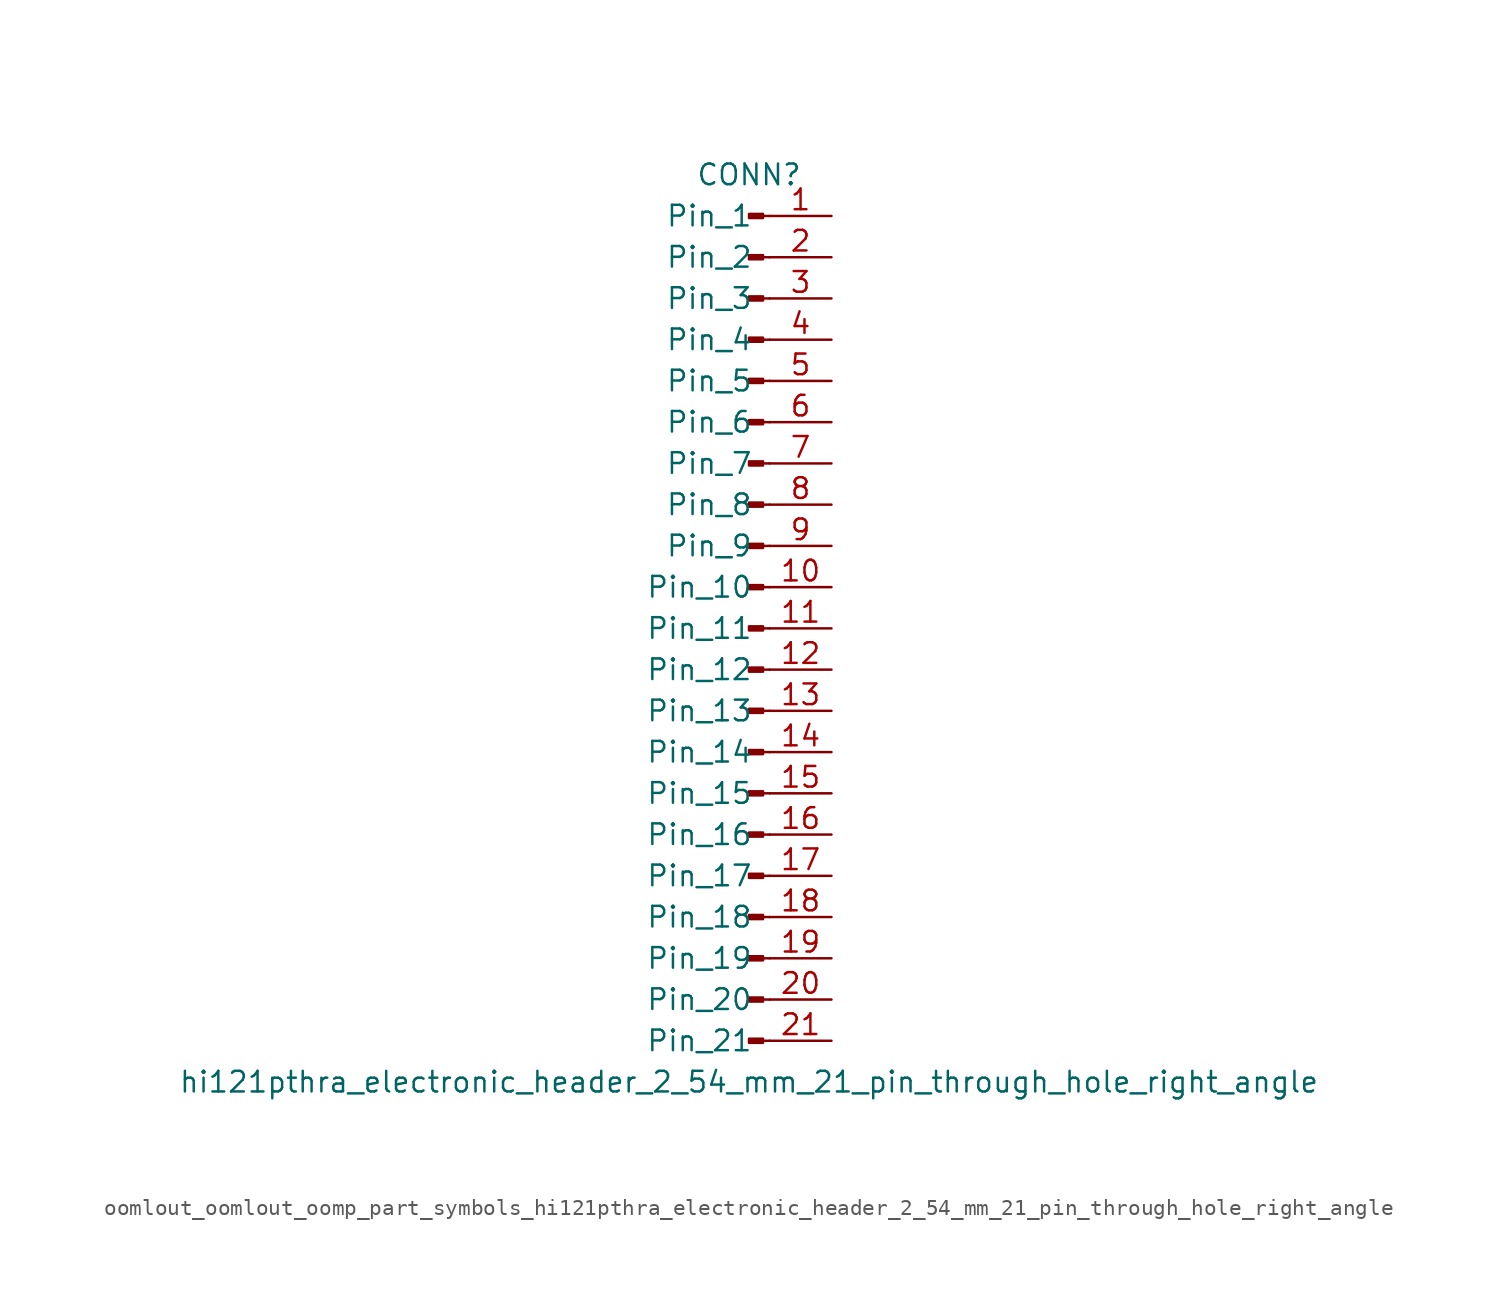
<source format=kicad_sym>
(kicad_symbol_lib
  (version 20220914)
  (generator kicad_symbol_editor)
  (symbol "oomlout_oomlout_oomp_part_symbols_hi121pthra_electronic_header_2_54_mm_21_pin_through_hole_right_angle"
    (pin_names
      (offset 1.016))
    (property "Reference" "CONN"
      (at 0 27.94 0)
      (effects (font (size 1.27 1.27))))
    (property "Value" "hi121pthra_electronic_header_2_54_mm_21_pin_through_hole_right_angle"
      (at 0 -27.94 0)
      (effects (font (size 1.27 1.27))))
    (property "ki_locked" ""
      (at 0 0 0)
      (effects (font (size 1.27 1.27))))
    (symbol "oomlout_oomlout_oomp_part_symbols_hi121pthra_electronic_header_2_54_mm_21_pin_through_hole_right_angle_1_1"
      (polyline (pts (xy 1.27 -25.4) (xy 0.864 -25.4)) (stroke (width 0.152) (type default)) (fill (type none)))
      (polyline (pts (xy 1.27 -22.86) (xy 0.864 -22.86)) (stroke (width 0.152) (type default)) (fill (type none)))
      (polyline (pts (xy 1.27 -20.32) (xy 0.864 -20.32)) (stroke (width 0.152) (type default)) (fill (type none)))
      (polyline (pts (xy 1.27 -17.78) (xy 0.864 -17.78)) (stroke (width 0.152) (type default)) (fill (type none)))
      (polyline (pts (xy 1.27 -15.24) (xy 0.864 -15.24)) (stroke (width 0.152) (type default)) (fill (type none)))
      (polyline (pts (xy 1.27 -12.7) (xy 0.864 -12.7)) (stroke (width 0.152) (type default)) (fill (type none)))
      (polyline (pts (xy 1.27 -10.16) (xy 0.864 -10.16)) (stroke (width 0.152) (type default)) (fill (type none)))
      (polyline (pts (xy 1.27 -7.62) (xy 0.864 -7.62)) (stroke (width 0.152) (type default)) (fill (type none)))
      (polyline (pts (xy 1.27 -5.08) (xy 0.864 -5.08)) (stroke (width 0.152) (type default)) (fill (type none)))
      (polyline (pts (xy 1.27 -2.54) (xy 0.864 -2.54)) (stroke (width 0.152) (type default)) (fill (type none)))
      (polyline (pts (xy 1.27 0) (xy 0.864 0)) (stroke (width 0.152) (type default)) (fill (type none)))
      (polyline (pts (xy 1.27 2.54) (xy 0.864 2.54)) (stroke (width 0.152) (type default)) (fill (type none)))
      (polyline (pts (xy 1.27 5.08) (xy 0.864 5.08)) (stroke (width 0.152) (type default)) (fill (type none)))
      (polyline (pts (xy 1.27 7.62) (xy 0.864 7.62)) (stroke (width 0.152) (type default)) (fill (type none)))
      (polyline (pts (xy 1.27 10.16) (xy 0.864 10.16)) (stroke (width 0.152) (type default)) (fill (type none)))
      (polyline (pts (xy 1.27 12.7) (xy 0.864 12.7)) (stroke (width 0.152) (type default)) (fill (type none)))
      (polyline (pts (xy 1.27 15.24) (xy 0.864 15.24)) (stroke (width 0.152) (type default)) (fill (type none)))
      (polyline (pts (xy 1.27 17.78) (xy 0.864 17.78)) (stroke (width 0.152) (type default)) (fill (type none)))
      (polyline (pts (xy 1.27 20.32) (xy 0.864 20.32)) (stroke (width 0.152) (type default)) (fill (type none)))
      (polyline (pts (xy 1.27 22.86) (xy 0.864 22.86)) (stroke (width 0.152) (type default)) (fill (type none)))
      (polyline (pts (xy 1.27 25.4) (xy 0.864 25.4)) (stroke (width 0.152) (type default)) (fill (type none)))
      (rectangle (start 0.864 -25.273) (end 0 -25.527) (stroke (width 0.152) (type default)) (fill (type outline)))
      (rectangle (start 0.864 -22.733) (end 0 -22.987) (stroke (width 0.152) (type default)) (fill (type outline)))
      (rectangle (start 0.864 -20.193) (end 0 -20.447) (stroke (width 0.152) (type default)) (fill (type outline)))
      (rectangle (start 0.864 -17.653) (end 0 -17.907) (stroke (width 0.152) (type default)) (fill (type outline)))
      (rectangle (start 0.864 -15.113) (end 0 -15.367) (stroke (width 0.152) (type default)) (fill (type outline)))
      (rectangle (start 0.864 -12.573) (end 0 -12.827) (stroke (width 0.152) (type default)) (fill (type outline)))
      (rectangle (start 0.864 -10.033) (end 0 -10.287) (stroke (width 0.152) (type default)) (fill (type outline)))
      (rectangle (start 0.864 -7.493) (end 0 -7.747) (stroke (width 0.152) (type default)) (fill (type outline)))
      (rectangle (start 0.864 -4.953) (end 0 -5.207) (stroke (width 0.152) (type default)) (fill (type outline)))
      (rectangle (start 0.864 -2.413) (end 0 -2.667) (stroke (width 0.152) (type default)) (fill (type outline)))
      (rectangle (start 0.864 0.127) (end 0 -0.127) (stroke (width 0.152) (type default)) (fill (type outline)))
      (rectangle (start 0.864 2.667) (end 0 2.413) (stroke (width 0.152) (type default)) (fill (type outline)))
      (rectangle (start 0.864 5.207) (end 0 4.953) (stroke (width 0.152) (type default)) (fill (type outline)))
      (rectangle (start 0.864 7.747) (end 0 7.493) (stroke (width 0.152) (type default)) (fill (type outline)))
      (rectangle (start 0.864 10.287) (end 0 10.033) (stroke (width 0.152) (type default)) (fill (type outline)))
      (rectangle (start 0.864 12.827) (end 0 12.573) (stroke (width 0.152) (type default)) (fill (type outline)))
      (rectangle (start 0.864 15.367) (end 0 15.113) (stroke (width 0.152) (type default)) (fill (type outline)))
      (rectangle (start 0.864 17.907) (end 0 17.653) (stroke (width 0.152) (type default)) (fill (type outline)))
      (rectangle (start 0.864 20.447) (end 0 20.193) (stroke (width 0.152) (type default)) (fill (type outline)))
      (rectangle (start 0.864 22.987) (end 0 22.733) (stroke (width 0.152) (type default)) (fill (type outline)))
      (rectangle (start 0.864 25.527) (end 0 25.273) (stroke (width 0.152) (type default)) (fill (type outline)))
      (pin passive line (at 5.08 25.4 180) (length 3.81) (name "Pin_1" (effects (font (size 1.27 1.27)))) (number "1" (effects (font (size 1.27 1.27)))))
      (pin passive line (at 5.08 2.54 180) (length 3.81) (name "Pin_10" (effects (font (size 1.27 1.27)))) (number "10" (effects (font (size 1.27 1.27)))))
      (pin passive line (at 5.08 0 180) (length 3.81) (name "Pin_11" (effects (font (size 1.27 1.27)))) (number "11" (effects (font (size 1.27 1.27)))))
      (pin passive line (at 5.08 -2.54 180) (length 3.81) (name "Pin_12" (effects (font (size 1.27 1.27)))) (number "12" (effects (font (size 1.27 1.27)))))
      (pin passive line (at 5.08 -5.08 180) (length 3.81) (name "Pin_13" (effects (font (size 1.27 1.27)))) (number "13" (effects (font (size 1.27 1.27)))))
      (pin passive line (at 5.08 -7.62 180) (length 3.81) (name "Pin_14" (effects (font (size 1.27 1.27)))) (number "14" (effects (font (size 1.27 1.27)))))
      (pin passive line (at 5.08 -10.16 180) (length 3.81) (name "Pin_15" (effects (font (size 1.27 1.27)))) (number "15" (effects (font (size 1.27 1.27)))))
      (pin passive line (at 5.08 -12.7 180) (length 3.81) (name "Pin_16" (effects (font (size 1.27 1.27)))) (number "16" (effects (font (size 1.27 1.27)))))
      (pin passive line (at 5.08 -15.24 180) (length 3.81) (name "Pin_17" (effects (font (size 1.27 1.27)))) (number "17" (effects (font (size 1.27 1.27)))))
      (pin passive line (at 5.08 -17.78 180) (length 3.81) (name "Pin_18" (effects (font (size 1.27 1.27)))) (number "18" (effects (font (size 1.27 1.27)))))
      (pin passive line (at 5.08 -20.32 180) (length 3.81) (name "Pin_19" (effects (font (size 1.27 1.27)))) (number "19" (effects (font (size 1.27 1.27)))))
      (pin passive line (at 5.08 22.86 180) (length 3.81) (name "Pin_2" (effects (font (size 1.27 1.27)))) (number "2" (effects (font (size 1.27 1.27)))))
      (pin passive line (at 5.08 -22.86 180) (length 3.81) (name "Pin_20" (effects (font (size 1.27 1.27)))) (number "20" (effects (font (size 1.27 1.27)))))
      (pin passive line (at 5.08 -25.4 180) (length 3.81) (name "Pin_21" (effects (font (size 1.27 1.27)))) (number "21" (effects (font (size 1.27 1.27)))))
      (pin passive line (at 5.08 20.32 180) (length 3.81) (name "Pin_3" (effects (font (size 1.27 1.27)))) (number "3" (effects (font (size 1.27 1.27)))))
      (pin passive line (at 5.08 17.78 180) (length 3.81) (name "Pin_4" (effects (font (size 1.27 1.27)))) (number "4" (effects (font (size 1.27 1.27)))))
      (pin passive line (at 5.08 15.24 180) (length 3.81) (name "Pin_5" (effects (font (size 1.27 1.27)))) (number "5" (effects (font (size 1.27 1.27)))))
      (pin passive line (at 5.08 12.7 180) (length 3.81) (name "Pin_6" (effects (font (size 1.27 1.27)))) (number "6" (effects (font (size 1.27 1.27)))))
      (pin passive line (at 5.08 10.16 180) (length 3.81) (name "Pin_7" (effects (font (size 1.27 1.27)))) (number "7" (effects (font (size 1.27 1.27)))))
      (pin passive line (at 5.08 7.62 180) (length 3.81) (name "Pin_8" (effects (font (size 1.27 1.27)))) (number "8" (effects (font (size 1.27 1.27)))))
      (pin passive line (at 5.08 5.08 180) (length 3.81) (name "Pin_9" (effects (font (size 1.27 1.27)))) (number "9" (effects (font (size 1.27 1.27))))))))
</source>
